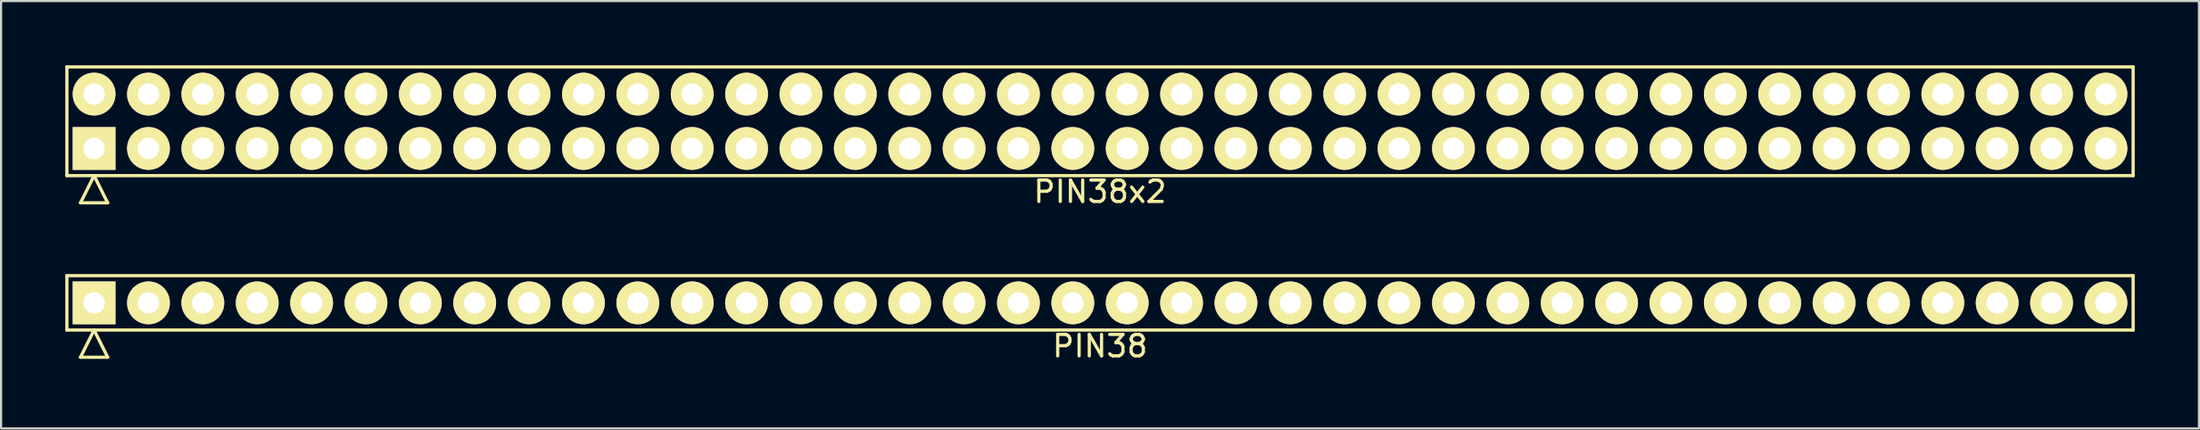
<source format=kicad_pcb>
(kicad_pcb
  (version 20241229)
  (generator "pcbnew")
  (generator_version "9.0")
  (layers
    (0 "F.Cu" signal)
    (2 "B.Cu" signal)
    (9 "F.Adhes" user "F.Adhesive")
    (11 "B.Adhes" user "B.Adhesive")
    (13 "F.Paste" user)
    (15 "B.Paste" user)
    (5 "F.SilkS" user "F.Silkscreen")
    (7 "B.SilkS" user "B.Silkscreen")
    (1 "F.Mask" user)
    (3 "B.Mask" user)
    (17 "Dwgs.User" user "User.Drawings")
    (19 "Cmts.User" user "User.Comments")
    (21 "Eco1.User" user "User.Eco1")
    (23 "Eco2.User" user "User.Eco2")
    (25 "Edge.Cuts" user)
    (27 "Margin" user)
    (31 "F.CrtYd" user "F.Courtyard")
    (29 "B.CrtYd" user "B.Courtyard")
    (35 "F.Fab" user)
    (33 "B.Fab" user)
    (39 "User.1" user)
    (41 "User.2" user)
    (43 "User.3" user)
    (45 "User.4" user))
  (footprint "PIN38x2"
    (layer "F.Cu")
    (at 48.335 2.615)
    (property "Reference" "PIN38x2" (at 0 3.29 0) (layer "F.SilkS") (effects (font (size 1 1) (thickness 0.15))))
    (attr through_hole)
    (fp_line (start -48.26 -2.54) (end -48.26 2.54) (stroke (width 0.15) (type solid)) (layer "F.SilkS"))
    (fp_line (start -48.26 2.54) (end 48.26 2.54) (stroke (width 0.15) (type solid)) (layer "F.SilkS"))
    (fp_line (start -47.625 3.81) (end -46.99 2.54) (stroke (width 0.15) (type solid)) (layer "F.SilkS"))
    (fp_line (start -47.625 3.81) (end -46.355 3.81) (stroke (width 0.15) (type solid)) (layer "F.SilkS"))
    (fp_line (start -46.355 3.81) (end -46.99 2.54) (stroke (width 0.15) (type solid)) (layer "F.SilkS"))
    (fp_line (start 48.26 -2.54) (end -48.26 -2.54) (stroke (width 0.15) (type solid)) (layer "F.SilkS"))
    (fp_line (start 48.26 2.54) (end 48.26 -2.54) (stroke (width 0.15) (type solid)) (layer "F.SilkS"))
    (pad "1" thru_hole rect (at -46.99 1.27) (size 2 2) (drill 1) (layers "*.Cu" "*.Mask" "F.SilkS"))
    (pad "2" thru_hole oval (at -46.99 -1.27) (size 2 2) (drill 1) (layers "*.Cu" "*.Mask" "F.SilkS"))
    (pad "3" thru_hole oval (at -44.45 1.27) (size 2 2) (drill 1) (layers "*.Cu" "*.Mask" "F.SilkS"))
    (pad "4" thru_hole oval (at -44.45 -1.27) (size 2 2) (drill 1) (layers "*.Cu" "*.Mask" "F.SilkS"))
    (pad "5" thru_hole oval (at -41.91 1.27) (size 2 2) (drill 1) (layers "*.Cu" "*.Mask" "F.SilkS"))
    (pad "6" thru_hole oval (at -41.91 -1.27) (size 2 2) (drill 1) (layers "*.Cu" "*.Mask" "F.SilkS"))
    (pad "7" thru_hole oval (at -39.37 1.27) (size 2 2) (drill 1) (layers "*.Cu" "*.Mask" "F.SilkS"))
    (pad "8" thru_hole oval (at -39.37 -1.27) (size 2 2) (drill 1) (layers "*.Cu" "*.Mask" "F.SilkS"))
    (pad "9" thru_hole oval (at -36.83 1.27) (size 2 2) (drill 1) (layers "*.Cu" "*.Mask" "F.SilkS"))
    (pad "10" thru_hole oval (at -36.83 -1.27) (size 2 2) (drill 1) (layers "*.Cu" "*.Mask" "F.SilkS"))
    (pad "11" thru_hole oval (at -34.29 1.27) (size 2 2) (drill 1) (layers "*.Cu" "*.Mask" "F.SilkS"))
    (pad "12" thru_hole oval (at -34.29 -1.27) (size 2 2) (drill 1) (layers "*.Cu" "*.Mask" "F.SilkS"))
    (pad "13" thru_hole oval (at -31.75 1.27) (size 2 2) (drill 1) (layers "*.Cu" "*.Mask" "F.SilkS"))
    (pad "14" thru_hole oval (at -31.75 -1.27) (size 2 2) (drill 1) (layers "*.Cu" "*.Mask" "F.SilkS"))
    (pad "15" thru_hole oval (at -29.21 1.27) (size 2 2) (drill 1) (layers "*.Cu" "*.Mask" "F.SilkS"))
    (pad "16" thru_hole oval (at -29.21 -1.27) (size 2 2) (drill 1) (layers "*.Cu" "*.Mask" "F.SilkS"))
    (pad "17" thru_hole oval (at -26.67 1.27) (size 2 2) (drill 1) (layers "*.Cu" "*.Mask" "F.SilkS"))
    (pad "18" thru_hole oval (at -26.67 -1.27) (size 2 2) (drill 1) (layers "*.Cu" "*.Mask" "F.SilkS"))
    (pad "19" thru_hole oval (at -24.13 1.27) (size 2 2) (drill 1) (layers "*.Cu" "*.Mask" "F.SilkS"))
    (pad "20" thru_hole oval (at -24.13 -1.27) (size 2 2) (drill 1) (layers "*.Cu" "*.Mask" "F.SilkS"))
    (pad "21" thru_hole oval (at -21.59 1.27) (size 2 2) (drill 1) (layers "*.Cu" "*.Mask" "F.SilkS"))
    (pad "22" thru_hole oval (at -21.59 -1.27) (size 2 2) (drill 1) (layers "*.Cu" "*.Mask" "F.SilkS"))
    (pad "23" thru_hole oval (at -19.05 1.27) (size 2 2) (drill 1) (layers "*.Cu" "*.Mask" "F.SilkS"))
    (pad "24" thru_hole oval (at -19.05 -1.27) (size 2 2) (drill 1) (layers "*.Cu" "*.Mask" "F.SilkS"))
    (pad "25" thru_hole oval (at -16.51 1.27) (size 2 2) (drill 1) (layers "*.Cu" "*.Mask" "F.SilkS"))
    (pad "26" thru_hole oval (at -16.51 -1.27) (size 2 2) (drill 1) (layers "*.Cu" "*.Mask" "F.SilkS"))
    (pad "27" thru_hole oval (at -13.97 1.27) (size 2 2) (drill 1) (layers "*.Cu" "*.Mask" "F.SilkS"))
    (pad "28" thru_hole oval (at -13.97 -1.27) (size 2 2) (drill 1) (layers "*.Cu" "*.Mask" "F.SilkS"))
    (pad "29" thru_hole oval (at -11.43 1.27) (size 2 2) (drill 1) (layers "*.Cu" "*.Mask" "F.SilkS"))
    (pad "30" thru_hole oval (at -11.43 -1.27) (size 2 2) (drill 1) (layers "*.Cu" "*.Mask" "F.SilkS"))
    (pad "31" thru_hole oval (at -8.89 1.27) (size 2 2) (drill 1) (layers "*.Cu" "*.Mask" "F.SilkS"))
    (pad "32" thru_hole oval (at -8.89 -1.27) (size 2 2) (drill 1) (layers "*.Cu" "*.Mask" "F.SilkS"))
    (pad "33" thru_hole oval (at -6.35 1.27) (size 2 2) (drill 1) (layers "*.Cu" "*.Mask" "F.SilkS"))
    (pad "34" thru_hole oval (at -6.35 -1.27) (size 2 2) (drill 1) (layers "*.Cu" "*.Mask" "F.SilkS"))
    (pad "35" thru_hole oval (at -3.81 1.27) (size 2 2) (drill 1) (layers "*.Cu" "*.Mask" "F.SilkS"))
    (pad "36" thru_hole oval (at -3.81 -1.27) (size 2 2) (drill 1) (layers "*.Cu" "*.Mask" "F.SilkS"))
    (pad "37" thru_hole oval (at -1.27 1.27) (size 2 2) (drill 1) (layers "*.Cu" "*.Mask" "F.SilkS"))
    (pad "38" thru_hole oval (at -1.27 -1.27) (size 2 2) (drill 1) (layers "*.Cu" "*.Mask" "F.SilkS"))
    (pad "39" thru_hole oval (at 1.27 1.27) (size 2 2) (drill 1) (layers "*.Cu" "*.Mask" "F.SilkS"))
    (pad "40" thru_hole oval (at 1.27 -1.27) (size 2 2) (drill 1) (layers "*.Cu" "*.Mask" "F.SilkS"))
    (pad "41" thru_hole oval (at 3.81 1.27) (size 2 2) (drill 1) (layers "*.Cu" "*.Mask" "F.SilkS"))
    (pad "42" thru_hole oval (at 3.81 -1.27) (size 2 2) (drill 1) (layers "*.Cu" "*.Mask" "F.SilkS"))
    (pad "43" thru_hole oval (at 6.35 1.27) (size 2 2) (drill 1) (layers "*.Cu" "*.Mask" "F.SilkS"))
    (pad "44" thru_hole oval (at 6.35 -1.27) (size 2 2) (drill 1) (layers "*.Cu" "*.Mask" "F.SilkS"))
    (pad "45" thru_hole oval (at 8.89 1.27) (size 2 2) (drill 1) (layers "*.Cu" "*.Mask" "F.SilkS"))
    (pad "46" thru_hole oval (at 8.89 -1.27) (size 2 2) (drill 1) (layers "*.Cu" "*.Mask" "F.SilkS"))
    (pad "47" thru_hole oval (at 11.43 1.27) (size 2 2) (drill 1) (layers "*.Cu" "*.Mask" "F.SilkS"))
    (pad "48" thru_hole oval (at 11.43 -1.27) (size 2 2) (drill 1) (layers "*.Cu" "*.Mask" "F.SilkS"))
    (pad "49" thru_hole oval (at 13.97 1.27) (size 2 2) (drill 1) (layers "*.Cu" "*.Mask" "F.SilkS"))
    (pad "50" thru_hole oval (at 13.97 -1.27) (size 2 2) (drill 1) (layers "*.Cu" "*.Mask" "F.SilkS"))
    (pad "51" thru_hole oval (at 16.51 1.27) (size 2 2) (drill 1) (layers "*.Cu" "*.Mask" "F.SilkS"))
    (pad "52" thru_hole oval (at 16.51 -1.27) (size 2 2) (drill 1) (layers "*.Cu" "*.Mask" "F.SilkS"))
    (pad "53" thru_hole oval (at 19.05 1.27) (size 2 2) (drill 1) (layers "*.Cu" "*.Mask" "F.SilkS"))
    (pad "54" thru_hole oval (at 19.05 -1.27) (size 2 2) (drill 1) (layers "*.Cu" "*.Mask" "F.SilkS"))
    (pad "55" thru_hole oval (at 21.59 1.27) (size 2 2) (drill 1) (layers "*.Cu" "*.Mask" "F.SilkS"))
    (pad "56" thru_hole oval (at 21.59 -1.27) (size 2 2) (drill 1) (layers "*.Cu" "*.Mask" "F.SilkS"))
    (pad "57" thru_hole oval (at 24.13 1.27) (size 2 2) (drill 1) (layers "*.Cu" "*.Mask" "F.SilkS"))
    (pad "58" thru_hole oval (at 24.13 -1.27) (size 2 2) (drill 1) (layers "*.Cu" "*.Mask" "F.SilkS"))
    (pad "59" thru_hole oval (at 26.67 1.27) (size 2 2) (drill 1) (layers "*.Cu" "*.Mask" "F.SilkS"))
    (pad "60" thru_hole oval (at 26.67 -1.27) (size 2 2) (drill 1) (layers "*.Cu" "*.Mask" "F.SilkS"))
    (pad "61" thru_hole oval (at 29.21 1.27) (size 2 2) (drill 1) (layers "*.Cu" "*.Mask" "F.SilkS"))
    (pad "62" thru_hole oval (at 29.21 -1.27) (size 2 2) (drill 1) (layers "*.Cu" "*.Mask" "F.SilkS"))
    (pad "63" thru_hole oval (at 31.75 1.27) (size 2 2) (drill 1) (layers "*.Cu" "*.Mask" "F.SilkS"))
    (pad "64" thru_hole oval (at 31.75 -1.27) (size 2 2) (drill 1) (layers "*.Cu" "*.Mask" "F.SilkS"))
    (pad "65" thru_hole oval (at 34.29 1.27) (size 2 2) (drill 1) (layers "*.Cu" "*.Mask" "F.SilkS"))
    (pad "66" thru_hole oval (at 34.29 -1.27) (size 2 2) (drill 1) (layers "*.Cu" "*.Mask" "F.SilkS"))
    (pad "67" thru_hole oval (at 36.83 1.27) (size 2 2) (drill 1) (layers "*.Cu" "*.Mask" "F.SilkS"))
    (pad "68" thru_hole oval (at 36.83 -1.27) (size 2 2) (drill 1) (layers "*.Cu" "*.Mask" "F.SilkS"))
    (pad "69" thru_hole oval (at 39.37 1.27) (size 2 2) (drill 1) (layers "*.Cu" "*.Mask" "F.SilkS"))
    (pad "70" thru_hole oval (at 39.37 -1.27) (size 2 2) (drill 1) (layers "*.Cu" "*.Mask" "F.SilkS"))
    (pad "71" thru_hole oval (at 41.91 1.27) (size 2 2) (drill 1) (layers "*.Cu" "*.Mask" "F.SilkS"))
    (pad "72" thru_hole oval (at 41.91 -1.27) (size 2 2) (drill 1) (layers "*.Cu" "*.Mask" "F.SilkS"))
    (pad "73" thru_hole oval (at 44.45 1.27) (size 2 2) (drill 1) (layers "*.Cu" "*.Mask" "F.SilkS"))
    (pad "74" thru_hole oval (at 44.45 -1.27) (size 2 2) (drill 1) (layers "*.Cu" "*.Mask" "F.SilkS"))
    (pad "75" thru_hole oval (at 46.99 1.27) (size 2 2) (drill 1) (layers "*.Cu" "*.Mask" "F.SilkS"))
    (pad "76" thru_hole oval (at 46.99 -1.27) (size 2 2) (drill 1) (layers "*.Cu" "*.Mask" "F.SilkS")))
  (footprint "PIN38"
    (layer "F.Cu")
    (at 48.335 11.098)
    (property "Reference" "PIN38" (at 0 2.02 0) (layer "F.SilkS") (effects (font (size 1 1) (thickness 0.15))))
    (attr through_hole)
    (fp_line (start -48.26 -1.27) (end -48.26 1.27) (stroke (width 0.15) (type solid)) (layer "F.SilkS"))
    (fp_line (start -48.26 1.27) (end 48.26 1.27) (stroke (width 0.15) (type solid)) (layer "F.SilkS"))
    (fp_line (start -47.625 2.54) (end -46.99 1.27) (stroke (width 0.15) (type solid)) (layer "F.SilkS"))
    (fp_line (start -47.625 2.54) (end -46.355 2.54) (stroke (width 0.15) (type solid)) (layer "F.SilkS"))
    (fp_line (start -46.355 2.54) (end -46.99 1.27) (stroke (width 0.15) (type solid)) (layer "F.SilkS"))
    (fp_line (start 48.26 -1.27) (end -48.26 -1.27) (stroke (width 0.15) (type solid)) (layer "F.SilkS"))
    (fp_line (start 48.26 1.27) (end 48.26 -1.27) (stroke (width 0.15) (type solid)) (layer "F.SilkS"))
    (pad "1" thru_hole rect (at -46.99 0) (size 2 2) (drill 1) (layers "*.Cu" "*.Mask" "F.SilkS"))
    (pad "2" thru_hole oval (at -44.45 0) (size 2 2) (drill 1) (layers "*.Cu" "*.Mask" "F.SilkS"))
    (pad "3" thru_hole oval (at -41.91 0) (size 2 2) (drill 1) (layers "*.Cu" "*.Mask" "F.SilkS"))
    (pad "4" thru_hole oval (at -39.37 0) (size 2 2) (drill 1) (layers "*.Cu" "*.Mask" "F.SilkS"))
    (pad "5" thru_hole oval (at -36.83 0) (size 2 2) (drill 1) (layers "*.Cu" "*.Mask" "F.SilkS"))
    (pad "6" thru_hole oval (at -34.29 0) (size 2 2) (drill 1) (layers "*.Cu" "*.Mask" "F.SilkS"))
    (pad "7" thru_hole oval (at -31.75 0) (size 2 2) (drill 1) (layers "*.Cu" "*.Mask" "F.SilkS"))
    (pad "8" thru_hole oval (at -29.21 0) (size 2 2) (drill 1) (layers "*.Cu" "*.Mask" "F.SilkS"))
    (pad "9" thru_hole oval (at -26.67 0) (size 2 2) (drill 1) (layers "*.Cu" "*.Mask" "F.SilkS"))
    (pad "10" thru_hole oval (at -24.13 0) (size 2 2) (drill 1) (layers "*.Cu" "*.Mask" "F.SilkS"))
    (pad "11" thru_hole oval (at -21.59 0) (size 2 2) (drill 1) (layers "*.Cu" "*.Mask" "F.SilkS"))
    (pad "12" thru_hole oval (at -19.05 0) (size 2 2) (drill 1) (layers "*.Cu" "*.Mask" "F.SilkS"))
    (pad "13" thru_hole oval (at -16.51 0) (size 2 2) (drill 1) (layers "*.Cu" "*.Mask" "F.SilkS"))
    (pad "14" thru_hole oval (at -13.97 0) (size 2 2) (drill 1) (layers "*.Cu" "*.Mask" "F.SilkS"))
    (pad "15" thru_hole oval (at -11.43 0) (size 2 2) (drill 1) (layers "*.Cu" "*.Mask" "F.SilkS"))
    (pad "16" thru_hole oval (at -8.89 0) (size 2 2) (drill 1) (layers "*.Cu" "*.Mask" "F.SilkS"))
    (pad "17" thru_hole oval (at -6.35 0) (size 2 2) (drill 1) (layers "*.Cu" "*.Mask" "F.SilkS"))
    (pad "18" thru_hole oval (at -3.81 0) (size 2 2) (drill 1) (layers "*.Cu" "*.Mask" "F.SilkS"))
    (pad "19" thru_hole oval (at -1.27 0) (size 2 2) (drill 1) (layers "*.Cu" "*.Mask" "F.SilkS"))
    (pad "20" thru_hole oval (at 1.27 0) (size 2 2) (drill 1) (layers "*.Cu" "*.Mask" "F.SilkS"))
    (pad "21" thru_hole oval (at 3.81 0) (size 2 2) (drill 1) (layers "*.Cu" "*.Mask" "F.SilkS"))
    (pad "22" thru_hole oval (at 6.35 0) (size 2 2) (drill 1) (layers "*.Cu" "*.Mask" "F.SilkS"))
    (pad "23" thru_hole oval (at 8.89 0) (size 2 2) (drill 1) (layers "*.Cu" "*.Mask" "F.SilkS"))
    (pad "24" thru_hole oval (at 11.43 0) (size 2 2) (drill 1) (layers "*.Cu" "*.Mask" "F.SilkS"))
    (pad "25" thru_hole oval (at 13.97 0) (size 2 2) (drill 1) (layers "*.Cu" "*.Mask" "F.SilkS"))
    (pad "26" thru_hole oval (at 16.51 0) (size 2 2) (drill 1) (layers "*.Cu" "*.Mask" "F.SilkS"))
    (pad "27" thru_hole oval (at 19.05 0) (size 2 2) (drill 1) (layers "*.Cu" "*.Mask" "F.SilkS"))
    (pad "28" thru_hole oval (at 21.59 0) (size 2 2) (drill 1) (layers "*.Cu" "*.Mask" "F.SilkS"))
    (pad "29" thru_hole oval (at 24.13 0) (size 2 2) (drill 1) (layers "*.Cu" "*.Mask" "F.SilkS"))
    (pad "30" thru_hole oval (at 26.67 0) (size 2 2) (drill 1) (layers "*.Cu" "*.Mask" "F.SilkS"))
    (pad "31" thru_hole oval (at 29.21 0) (size 2 2) (drill 1) (layers "*.Cu" "*.Mask" "F.SilkS"))
    (pad "32" thru_hole oval (at 31.75 0) (size 2 2) (drill 1) (layers "*.Cu" "*.Mask" "F.SilkS"))
    (pad "33" thru_hole oval (at 34.29 0) (size 2 2) (drill 1) (layers "*.Cu" "*.Mask" "F.SilkS"))
    (pad "34" thru_hole oval (at 36.83 0) (size 2 2) (drill 1) (layers "*.Cu" "*.Mask" "F.SilkS"))
    (pad "35" thru_hole oval (at 39.37 0) (size 2 2) (drill 1) (layers "*.Cu" "*.Mask" "F.SilkS"))
    (pad "36" thru_hole oval (at 41.91 0) (size 2 2) (drill 1) (layers "*.Cu" "*.Mask" "F.SilkS"))
    (pad "37" thru_hole oval (at 44.45 0) (size 2 2) (drill 1) (layers "*.Cu" "*.Mask" "F.SilkS"))
    (pad "38" thru_hole oval (at 46.99 0) (size 2 2) (drill 1) (layers "*.Cu" "*.Mask" "F.SilkS")))
  (gr_rect
    (start -3 -3)
    (end 99.67 16.966)
    (stroke (width 0.1) (type default))
    (fill no)
    (layer "Edge.Cuts")))
</source>
